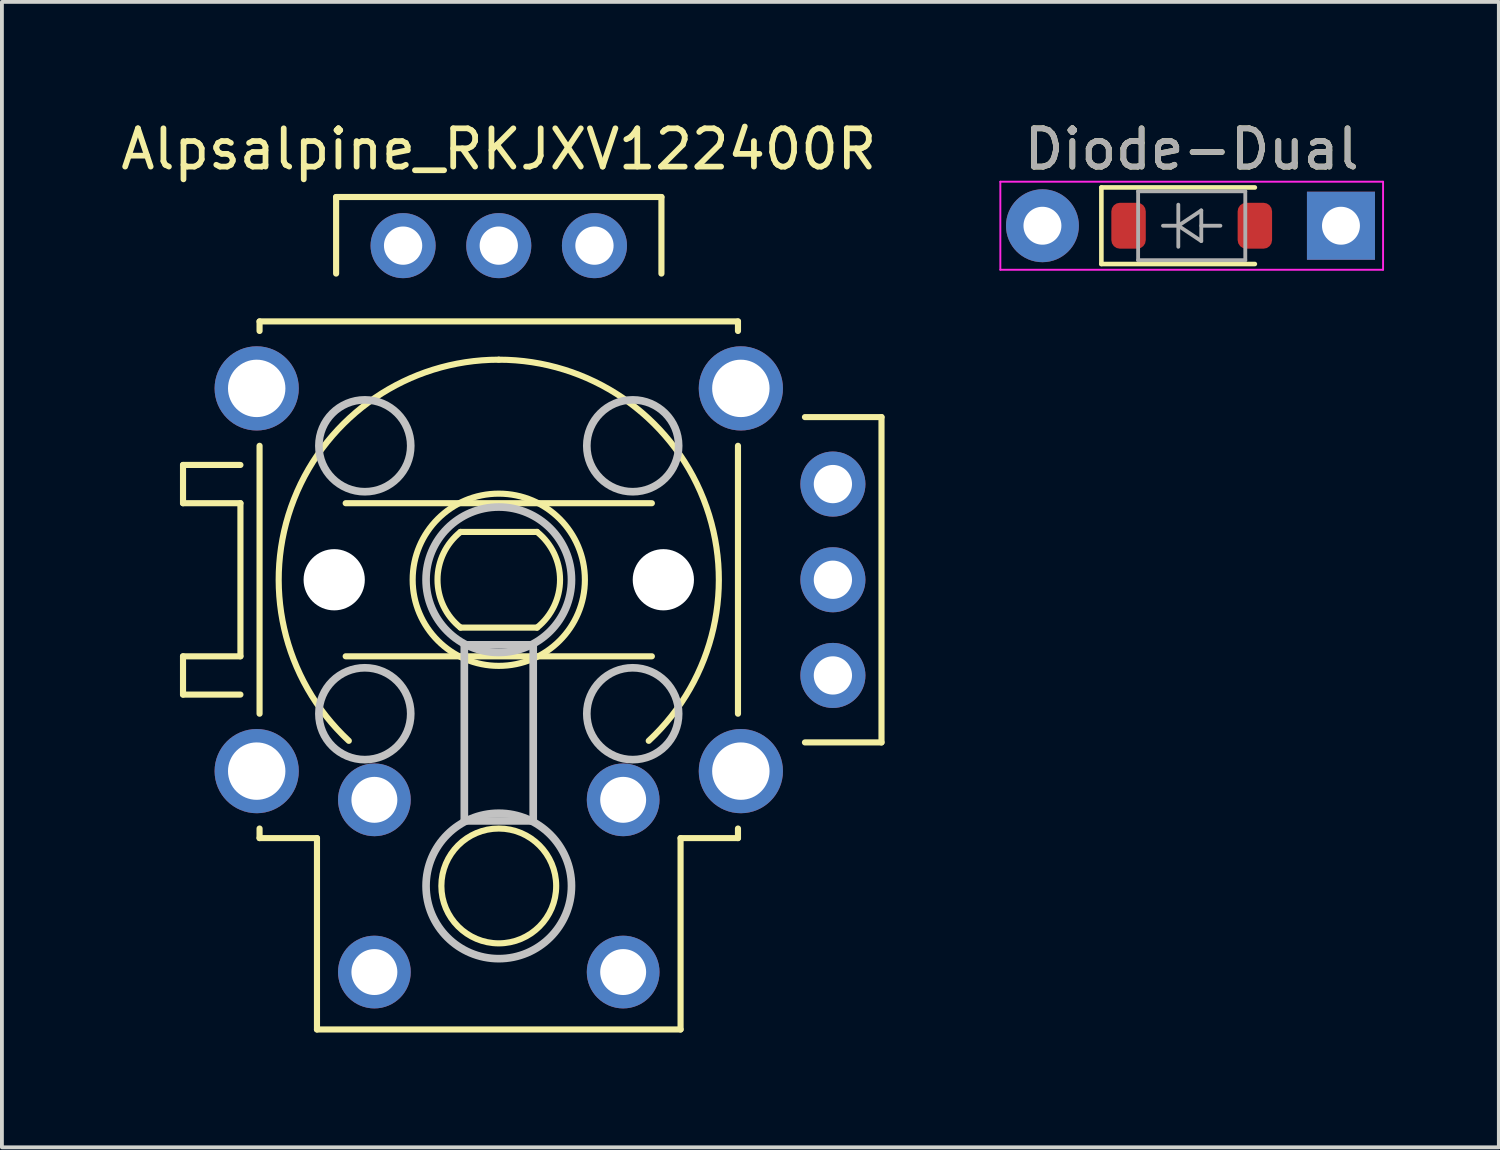
<source format=kicad_pcb>
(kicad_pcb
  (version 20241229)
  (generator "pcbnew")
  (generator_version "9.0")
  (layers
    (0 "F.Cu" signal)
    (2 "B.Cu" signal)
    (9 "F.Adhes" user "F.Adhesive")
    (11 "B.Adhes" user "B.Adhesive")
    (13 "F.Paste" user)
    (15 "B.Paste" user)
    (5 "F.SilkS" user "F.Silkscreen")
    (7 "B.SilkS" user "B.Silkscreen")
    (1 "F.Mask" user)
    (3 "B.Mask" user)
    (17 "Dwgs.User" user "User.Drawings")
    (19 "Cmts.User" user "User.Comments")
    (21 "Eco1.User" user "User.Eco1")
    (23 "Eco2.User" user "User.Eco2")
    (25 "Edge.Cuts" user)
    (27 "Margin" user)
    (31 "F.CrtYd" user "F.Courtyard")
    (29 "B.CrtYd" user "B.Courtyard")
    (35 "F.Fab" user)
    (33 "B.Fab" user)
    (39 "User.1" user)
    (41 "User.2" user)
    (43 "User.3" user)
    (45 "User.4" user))
  (footprint "Diode-Dual"
    (layer "F.Cu")
    (at 28.087 2.848)
    (property "Reference" "Diode-Dual" (at 0 -2 0) (layer "F.SilkS") (effects (font (size 1 1) (thickness 0.15))))
    (attr smd)
    (fp_line (start -2.36 -1) (end -2.36 1) (stroke (width 0.12) (type solid)) (layer "F.SilkS"))
    (fp_line (start -2.36 -1) (end 1.65 -1) (stroke (width 0.12) (type solid)) (layer "F.SilkS"))
    (fp_line (start -2.36 1) (end 1.65 1) (stroke (width 0.12) (type solid)) (layer "F.SilkS"))
    (fp_line (start -5 -1.15) (end -5 1.15) (stroke (width 0.05) (type solid)) (layer "F.CrtYd"))
    (fp_line (start -5 -1.15) (end 5 -1.15) (stroke (width 0.05) (type solid)) (layer "F.CrtYd"))
    (fp_line (start 5 -1.15) (end 5 1.15) (stroke (width 0.05) (type solid)) (layer "F.CrtYd"))
    (fp_line (start 5 1.15) (end -5 1.15) (stroke (width 0.05) (type solid)) (layer "F.CrtYd"))
    (fp_line (start -1.4 -0.9) (end 1.4 -0.9) (stroke (width 0.1) (type solid)) (layer "F.Fab"))
    (fp_line (start -1.4 0.9) (end -1.4 -0.9) (stroke (width 0.1) (type solid)) (layer "F.Fab"))
    (fp_line (start -0.75 0) (end -0.35 0) (stroke (width 0.1) (type solid)) (layer "F.Fab"))
    (fp_line (start -0.35 0) (end -0.35 -0.55) (stroke (width 0.1) (type solid)) (layer "F.Fab"))
    (fp_line (start -0.35 0) (end -0.35 0.55) (stroke (width 0.1) (type solid)) (layer "F.Fab"))
    (fp_line (start -0.35 0) (end 0.25 -0.4) (stroke (width 0.1) (type solid)) (layer "F.Fab"))
    (fp_line (start 0.25 -0.4) (end 0.25 0.4) (stroke (width 0.1) (type solid)) (layer "F.Fab"))
    (fp_line (start 0.25 0) (end 0.75 0) (stroke (width 0.1) (type solid)) (layer "F.Fab"))
    (fp_line (start 0.25 0.4) (end -0.35 0) (stroke (width 0.1) (type solid)) (layer "F.Fab"))
    (fp_line (start 1.4 -0.9) (end 1.4 0.9) (stroke (width 0.1) (type solid)) (layer "F.Fab"))
    (fp_line (start 1.4 0.9) (end -1.4 0.9) (stroke (width 0.1) (type solid)) (layer "F.Fab"))
    (fp_text user "${REFERENCE}" (at 0 -2 0) (layer "F.Fab") (effects (font (size 1 1) (thickness 0.15))))
    (pad "1" thru_hole circle (at -3.9 0) (size 1.905 1.905) (drill 0.991) (layers "*.Cu" "*.Mask"))
    (pad "1" smd roundrect (at -1.65 0) (size 0.9 1.2) (layers "F.Cu" "F.Mask" "F.Paste") (roundrect_rratio 0.25))
    (pad "2" smd roundrect (at 1.65 0) (size 0.9 1.2) (layers "F.Cu" "F.Mask" "F.Paste") (roundrect_rratio 0.25))
    (pad "2" thru_hole rect (at 3.9 0) (size 1.778 1.778) (drill 0.991) (layers "*.Cu" "*.Mask")))
  (footprint "Alpsalpine_RKJXV122400R"
    (layer "F.Cu")
    (at 9.982 12.098)
    (property "Reference" "Alpsalpine_RKJXV122400R" (at 0 -11.25 0) (layer "F.SilkS") (effects (font (size 1 1) (thickness 0.15))))
    (attr through_hole)
    (fp_line (start -8.25 -3) (end -6.75 -3) (stroke (width 0.16) (type default)) (layer "F.SilkS"))
    (fp_line (start -8.25 -2) (end -8.25 -3) (stroke (width 0.16) (type default)) (layer "F.SilkS"))
    (fp_line (start -8.25 2) (end -8.25 3) (stroke (width 0.16) (type default)) (layer "F.SilkS"))
    (fp_line (start -8.25 3) (end -6.75 3) (stroke (width 0.16) (type default)) (layer "F.SilkS"))
    (fp_line (start -6.75 -2) (end -8.25 -2) (stroke (width 0.16) (type default)) (layer "F.SilkS"))
    (fp_line (start -6.75 -2) (end -6.75 2) (stroke (width 0.16) (type default)) (layer "F.SilkS"))
    (fp_line (start -6.75 2) (end -8.25 2) (stroke (width 0.16) (type default)) (layer "F.SilkS"))
    (fp_line (start -6.25 -6.75) (end -6.25 -6.5) (stroke (width 0.16) (type default)) (layer "F.SilkS"))
    (fp_line (start -6.25 -6.75) (end 6.25 -6.75) (stroke (width 0.16) (type default)) (layer "F.SilkS"))
    (fp_line (start -6.25 3.5) (end -6.25 -3.5) (stroke (width 0.16) (type default)) (layer "F.SilkS"))
    (fp_line (start -6.25 6.5) (end -6.25 6.75) (stroke (width 0.16) (type default)) (layer "F.SilkS"))
    (fp_line (start -6.25 6.75) (end -4.75 6.75) (stroke (width 0.16) (type default)) (layer "F.SilkS"))
    (fp_line (start -4.75 11.75) (end -4.75 6.75) (stroke (width 0.16) (type default)) (layer "F.SilkS"))
    (fp_line (start -4.25 -8) (end -4.25 -10) (stroke (width 0.16) (type default)) (layer "F.SilkS"))
    (fp_line (start -1 -1.25) (end 1 -1.25) (stroke (width 0.16) (type default)) (layer "F.SilkS"))
    (fp_line (start -1 1.25) (end 1 1.25) (stroke (width 0.16) (type default)) (layer "F.SilkS"))
    (fp_line (start 4 -2) (end -4 -2) (stroke (width 0.16) (type default)) (layer "F.SilkS"))
    (fp_line (start 4 2) (end -4 2) (stroke (width 0.16) (type default)) (layer "F.SilkS"))
    (fp_line (start 4.25 -10) (end -4.25 -10) (stroke (width 0.16) (type default)) (layer "F.SilkS"))
    (fp_line (start 4.25 -8) (end 4.25 -10) (stroke (width 0.16) (type default)) (layer "F.SilkS"))
    (fp_line (start 4.75 6.75) (end 6.25 6.75) (stroke (width 0.16) (type default)) (layer "F.SilkS"))
    (fp_line (start 4.75 11.75) (end -4.75 11.75) (stroke (width 0.16) (type default)) (layer "F.SilkS"))
    (fp_line (start 4.75 11.75) (end 4.75 6.75) (stroke (width 0.16) (type default)) (layer "F.SilkS"))
    (fp_line (start 6.25 -6.75) (end 6.25 -6.5) (stroke (width 0.16) (type default)) (layer "F.SilkS"))
    (fp_line (start 6.25 3.5) (end 6.25 -3.5) (stroke (width 0.16) (type default)) (layer "F.SilkS"))
    (fp_line (start 6.25 6.5) (end 6.25 6.75) (stroke (width 0.16) (type default)) (layer "F.SilkS"))
    (fp_line (start 8 -4.25) (end 10 -4.25) (stroke (width 0.16) (type default)) (layer "F.SilkS"))
    (fp_line (start 8 4.25) (end 10 4.25) (stroke (width 0.16) (type default)) (layer "F.SilkS"))
    (fp_line (start 10 4.25) (end 10 -4.25) (stroke (width 0.16) (type default)) (layer "F.SilkS"))
    (fp_arc (start -3.918156 4.208389) (mid -5.350735 -2.105263) (end 0 -5.75) (stroke (width 0.16) (type default)) (layer "F.SilkS"))
    (fp_arc (start -1 1.25) (mid -1.600781 0) (end -1 -1.25) (stroke (width 0.16) (type default)) (layer "F.SilkS"))
    (fp_arc (start 0 -5.75) (mid 5.350735 -2.105263) (end 3.918157 4.20839) (stroke (width 0.16) (type default)) (layer "F.SilkS"))
    (fp_arc (start 1 -1.25) (mid 1.600781 0) (end 1 1.25) (stroke (width 0.16) (type default)) (layer "F.SilkS"))
    (fp_circle (center 0 0) (end 0 2.25) (stroke (width 0.16) (type default)) (fill no) (layer "F.SilkS"))
    (fp_circle (center 0 8) (end 1.5 8) (stroke (width 0.16) (type default)) (fill no) (layer "F.SilkS"))
    (fp_line (start -0.9 1.7) (end -0.9 6.3) (stroke (width 0.2) (type solid)) (layer "Dwgs.User"))
    (fp_line (start -0.9 6.3) (end 0.9 6.3) (stroke (width 0.2) (type solid)) (layer "Dwgs.User"))
    (fp_line (start 0.9 1.7) (end -0.9 1.7) (stroke (width 0.2) (type solid)) (layer "Dwgs.User"))
    (fp_line (start 0.9 6.3) (end 0.9 1.7) (stroke (width 0.2) (type solid)) (layer "Dwgs.User"))
    (fp_circle (center -3.5 -3.5) (end -2.3 -3.5) (stroke (width 0.2) (type solid)) (fill no) (layer "Dwgs.User"))
    (fp_circle (center -3.5 3.5) (end -2.3 3.5) (stroke (width 0.2) (type solid)) (fill no) (layer "Dwgs.User"))
    (fp_circle (center 0 0) (end 1.9 0) (stroke (width 0.2) (type solid)) (fill no) (layer "Dwgs.User"))
    (fp_circle (center 0 8) (end 1.9 8) (stroke (width 0.2) (type solid)) (fill no) (layer "Dwgs.User"))
    (fp_circle (center 3.5 -3.5) (end 4.7 -3.5) (stroke (width 0.2) (type solid)) (fill no) (layer "Dwgs.User"))
    (fp_circle (center 3.5 3.5) (end 4.7 3.5) (stroke (width 0.2) (type solid)) (fill no) (layer "Dwgs.User"))
    (pad "" thru_hole circle (at -6.325 -5) (size 2.2 2.2) (drill 1.5) (layers "*.Cu" "*.Mask"))
    (pad "" thru_hole circle (at -6.325 5) (size 2.2 2.2) (drill 1.5) (layers "*.Cu" "*.Mask"))
    (pad "" np_thru_hole circle (at -4.3 0) (size 1.6 1.6) (drill 1.6) (layers "*.Cu" "*.Mask"))
    (pad "" np_thru_hole circle (at 4.3 0) (size 1.6 1.6) (drill 1.6) (layers "*.Cu" "*.Mask"))
    (pad "" thru_hole circle (at 6.325 -5) (size 2.2 2.2) (drill 1.5) (layers "*.Cu" "*.Mask"))
    (pad "" thru_hole circle (at 6.325 5) (size 2.2 2.2) (drill 1.5) (layers "*.Cu" "*.Mask"))
    (pad "1" thru_hole circle (at 8.73 2.5) (size 1.7 1.7) (drill 1) (layers "*.Cu" "*.Mask"))
    (pad "2" thru_hole circle (at 8.73 0) (size 1.7 1.7) (drill 1) (layers "*.Cu" "*.Mask"))
    (pad "3" thru_hole circle (at 8.73 -2.5) (size 1.7 1.7) (drill 1) (layers "*.Cu" "*.Mask"))
    (pad "4" thru_hole circle (at 2.5 -8.73) (size 1.7 1.7) (drill 1) (layers "*.Cu" "*.Mask"))
    (pad "5" thru_hole circle (at 0 -8.73) (size 1.7 1.7) (drill 1) (layers "*.Cu" "*.Mask"))
    (pad "6" thru_hole circle (at -2.5 -8.73) (size 1.7 1.7) (drill 1) (layers "*.Cu" "*.Mask"))
    (pad "7" thru_hole circle (at -3.25 5.75) (size 1.9 1.9) (drill 1.2) (layers "*.Cu" "*.Mask"))
    (pad "8" thru_hole circle (at -3.25 10.25) (size 1.9 1.9) (drill 1.2) (layers "*.Cu" "*.Mask"))
    (pad "9" thru_hole circle (at 3.25 5.75) (size 1.9 1.9) (drill 1.2) (layers "*.Cu" "*.Mask"))
    (pad "10" thru_hole circle (at 3.25 10.25) (size 1.9 1.9) (drill 1.2) (layers "*.Cu" "*.Mask"))
    (zone (net_name "") (layer "F.Cu") (hatch edge 0.5) (connect_pads) (min_thickness 0.25) (filled_areas_thickness no) (keepout (tracks allowed) (vias allowed) (pads allowed) (copperpour not_allowed) (footprints allowed)) (placement (enabled no)) (fill) (polygon (pts (xy 5.482 9.098) (xy 5.482 8.098) (xy 5.982 7.598) (xy 6.982 7.598) (xy 7.482 8.098) (xy 7.482 9.098) (xy 6.982 9.598) (xy 5.982 9.598))))
    (zone (net_name "") (layer "F.Cu") (hatch edge 0.5) (connect_pads) (min_thickness 0.25) (filled_areas_thickness no) (keepout (tracks allowed) (vias allowed) (pads allowed) (copperpour not_allowed) (footprints allowed)) (placement (enabled no)) (fill) (polygon (pts (xy 5.482 16.098) (xy 5.482 15.098) (xy 5.982 14.598) (xy 6.982 14.598) (xy 7.482 15.098) (xy 7.482 16.098) (xy 6.982 16.598) (xy 5.982 16.598))))
    (zone (net_name "") (layer "F.Cu") (hatch edge 0.5) (connect_pads) (min_thickness 0.25) (filled_areas_thickness no) (keepout (tracks allowed) (vias allowed) (pads allowed) (copperpour not_allowed) (footprints allowed)) (placement (enabled no)) (fill) (polygon (pts (xy 8.482 20.598) (xy 8.482 11.598) (xy 9.482 10.598) (xy 10.482 10.598) (xy 11.482 11.598) (xy 11.482 20.598) (xy 10.482 21.598) (xy 9.482 21.598))))
    (zone (net_name "") (layer "F.Cu") (hatch edge 0.5) (connect_pads) (min_thickness 0.25) (filled_areas_thickness no) (keepout (tracks allowed) (vias allowed) (pads allowed) (copperpour not_allowed) (footprints allowed)) (placement (enabled no)) (fill) (polygon (pts (xy 12.482 9.098) (xy 12.482 8.098) (xy 12.982 7.598) (xy 13.982 7.598) (xy 14.482 8.098) (xy 14.482 9.098) (xy 13.982 9.598) (xy 12.982 9.598))))
    (zone (net_name "") (layer "F.Cu") (hatch edge 0.5) (connect_pads) (min_thickness 0.25) (filled_areas_thickness no) (keepout (tracks allowed) (vias allowed) (pads allowed) (copperpour not_allowed) (footprints allowed)) (placement (enabled no)) (fill) (polygon (pts (xy 12.482 16.098) (xy 12.482 15.098) (xy 12.982 14.598) (xy 13.982 14.598) (xy 14.482 15.098) (xy 14.482 16.098) (xy 13.982 16.598) (xy 12.982 16.598)))))
  (gr_rect
    (start -3 -3)
    (end 36.112 26.928)
    (stroke (width 0.1) (type default))
    (fill no)
    (layer "Edge.Cuts")))
</source>
